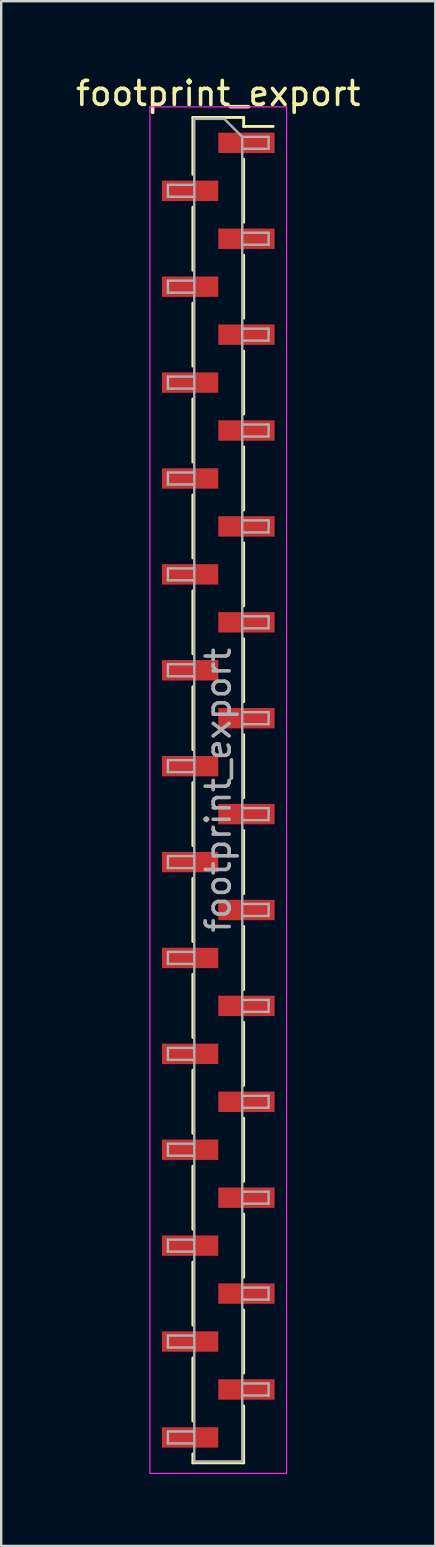
<source format=kicad_pcb>
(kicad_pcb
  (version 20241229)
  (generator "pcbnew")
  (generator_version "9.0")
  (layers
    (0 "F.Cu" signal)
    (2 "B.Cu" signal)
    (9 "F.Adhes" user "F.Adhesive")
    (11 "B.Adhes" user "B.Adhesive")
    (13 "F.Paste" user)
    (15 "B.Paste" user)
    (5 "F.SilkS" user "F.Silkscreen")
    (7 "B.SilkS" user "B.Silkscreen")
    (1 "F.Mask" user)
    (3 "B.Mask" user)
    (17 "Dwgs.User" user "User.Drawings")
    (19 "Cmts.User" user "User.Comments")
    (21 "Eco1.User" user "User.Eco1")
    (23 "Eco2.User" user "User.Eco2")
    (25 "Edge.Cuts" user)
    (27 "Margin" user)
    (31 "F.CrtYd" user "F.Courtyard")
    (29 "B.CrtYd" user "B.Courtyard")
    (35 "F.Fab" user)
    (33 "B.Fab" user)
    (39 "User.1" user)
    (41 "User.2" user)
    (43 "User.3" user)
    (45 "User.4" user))
  (footprint "footprint_export"
    (layer "F.Cu")
    (at 6.054 29.908)
    (property "Reference" "footprint_export" (at 0 -29.06 0) (layer "F.SilkS") (effects (font (size 1 1) (thickness 0.15))))
    (attr smd)
    (fp_line (start -1.06 -28.06) (end -1.06 -25.685) (stroke (width 0.12) (type solid)) (layer "F.SilkS"))
    (fp_line (start -1.06 -28.06) (end 1.06 -28.06) (stroke (width 0.12) (type solid)) (layer "F.SilkS"))
    (fp_line (start -1.06 -24.315) (end -1.06 -21.685) (stroke (width 0.12) (type solid)) (layer "F.SilkS"))
    (fp_line (start -1.06 -20.315) (end -1.06 -17.685) (stroke (width 0.12) (type solid)) (layer "F.SilkS"))
    (fp_line (start -1.06 -16.315) (end -1.06 -13.685) (stroke (width 0.12) (type solid)) (layer "F.SilkS"))
    (fp_line (start -1.06 -12.315) (end -1.06 -9.685) (stroke (width 0.12) (type solid)) (layer "F.SilkS"))
    (fp_line (start -1.06 -8.315) (end -1.06 -5.685) (stroke (width 0.12) (type solid)) (layer "F.SilkS"))
    (fp_line (start -1.06 -4.315) (end -1.06 -1.685) (stroke (width 0.12) (type solid)) (layer "F.SilkS"))
    (fp_line (start -1.06 -0.315) (end -1.06 2.315) (stroke (width 0.12) (type solid)) (layer "F.SilkS"))
    (fp_line (start -1.06 3.685) (end -1.06 6.315) (stroke (width 0.12) (type solid)) (layer "F.SilkS"))
    (fp_line (start -1.06 7.685) (end -1.06 10.315) (stroke (width 0.12) (type solid)) (layer "F.SilkS"))
    (fp_line (start -1.06 11.685) (end -1.06 14.315) (stroke (width 0.12) (type solid)) (layer "F.SilkS"))
    (fp_line (start -1.06 15.685) (end -1.06 18.315) (stroke (width 0.12) (type solid)) (layer "F.SilkS"))
    (fp_line (start -1.06 19.685) (end -1.06 22.315) (stroke (width 0.12) (type solid)) (layer "F.SilkS"))
    (fp_line (start -1.06 23.685) (end -1.06 26.315) (stroke (width 0.12) (type solid)) (layer "F.SilkS"))
    (fp_line (start -1.06 27.685) (end -1.06 28.06) (stroke (width 0.12) (type solid)) (layer "F.SilkS"))
    (fp_line (start -1.06 28.06) (end 1.06 28.06) (stroke (width 0.12) (type solid)) (layer "F.SilkS"))
    (fp_line (start 1.06 -28.06) (end 1.06 -27.685) (stroke (width 0.12) (type solid)) (layer "F.SilkS"))
    (fp_line (start 1.06 -27.685) (end 2.29 -27.685) (stroke (width 0.12) (type solid)) (layer "F.SilkS"))
    (fp_line (start 1.06 -26.315) (end 1.06 -23.685) (stroke (width 0.12) (type solid)) (layer "F.SilkS"))
    (fp_line (start 1.06 -22.315) (end 1.06 -19.685) (stroke (width 0.12) (type solid)) (layer "F.SilkS"))
    (fp_line (start 1.06 -18.315) (end 1.06 -15.685) (stroke (width 0.12) (type solid)) (layer "F.SilkS"))
    (fp_line (start 1.06 -14.315) (end 1.06 -11.685) (stroke (width 0.12) (type solid)) (layer "F.SilkS"))
    (fp_line (start 1.06 -10.315) (end 1.06 -7.685) (stroke (width 0.12) (type solid)) (layer "F.SilkS"))
    (fp_line (start 1.06 -6.315) (end 1.06 -3.685) (stroke (width 0.12) (type solid)) (layer "F.SilkS"))
    (fp_line (start 1.06 -2.315) (end 1.06 0.315) (stroke (width 0.12) (type solid)) (layer "F.SilkS"))
    (fp_line (start 1.06 1.685) (end 1.06 4.315) (stroke (width 0.12) (type solid)) (layer "F.SilkS"))
    (fp_line (start 1.06 5.685) (end 1.06 8.315) (stroke (width 0.12) (type solid)) (layer "F.SilkS"))
    (fp_line (start 1.06 9.685) (end 1.06 12.315) (stroke (width 0.12) (type solid)) (layer "F.SilkS"))
    (fp_line (start 1.06 13.685) (end 1.06 16.315) (stroke (width 0.12) (type solid)) (layer "F.SilkS"))
    (fp_line (start 1.06 17.685) (end 1.06 20.315) (stroke (width 0.12) (type solid)) (layer "F.SilkS"))
    (fp_line (start 1.06 21.685) (end 1.06 24.315) (stroke (width 0.12) (type solid)) (layer "F.SilkS"))
    (fp_line (start 1.06 25.685) (end 1.06 28.06) (stroke (width 0.12) (type solid)) (layer "F.SilkS"))
    (fp_line (start -2.85 -28.5) (end -2.85 28.5) (stroke (width 0.05) (type solid)) (layer "F.CrtYd"))
    (fp_line (start -2.85 28.5) (end 2.85 28.5) (stroke (width 0.05) (type solid)) (layer "F.CrtYd"))
    (fp_line (start 2.85 -28.5) (end -2.85 -28.5) (stroke (width 0.05) (type solid)) (layer "F.CrtYd"))
    (fp_line (start 2.85 28.5) (end 2.85 -28.5) (stroke (width 0.05) (type solid)) (layer "F.CrtYd"))
    (fp_line (start -2.1 -25.25) (end -2.1 -24.75) (stroke (width 0.1) (type solid)) (layer "F.Fab"))
    (fp_line (start -2.1 -24.75) (end -1 -24.75) (stroke (width 0.1) (type solid)) (layer "F.Fab"))
    (fp_line (start -2.1 -21.25) (end -2.1 -20.75) (stroke (width 0.1) (type solid)) (layer "F.Fab"))
    (fp_line (start -2.1 -20.75) (end -1 -20.75) (stroke (width 0.1) (type solid)) (layer "F.Fab"))
    (fp_line (start -2.1 -17.25) (end -2.1 -16.75) (stroke (width 0.1) (type solid)) (layer "F.Fab"))
    (fp_line (start -2.1 -16.75) (end -1 -16.75) (stroke (width 0.1) (type solid)) (layer "F.Fab"))
    (fp_line (start -2.1 -13.25) (end -2.1 -12.75) (stroke (width 0.1) (type solid)) (layer "F.Fab"))
    (fp_line (start -2.1 -12.75) (end -1 -12.75) (stroke (width 0.1) (type solid)) (layer "F.Fab"))
    (fp_line (start -2.1 -9.25) (end -2.1 -8.75) (stroke (width 0.1) (type solid)) (layer "F.Fab"))
    (fp_line (start -2.1 -8.75) (end -1 -8.75) (stroke (width 0.1) (type solid)) (layer "F.Fab"))
    (fp_line (start -2.1 -5.25) (end -2.1 -4.75) (stroke (width 0.1) (type solid)) (layer "F.Fab"))
    (fp_line (start -2.1 -4.75) (end -1 -4.75) (stroke (width 0.1) (type solid)) (layer "F.Fab"))
    (fp_line (start -2.1 -1.25) (end -2.1 -0.75) (stroke (width 0.1) (type solid)) (layer "F.Fab"))
    (fp_line (start -2.1 -0.75) (end -1 -0.75) (stroke (width 0.1) (type solid)) (layer "F.Fab"))
    (fp_line (start -2.1 2.75) (end -2.1 3.25) (stroke (width 0.1) (type solid)) (layer "F.Fab"))
    (fp_line (start -2.1 3.25) (end -1 3.25) (stroke (width 0.1) (type solid)) (layer "F.Fab"))
    (fp_line (start -2.1 6.75) (end -2.1 7.25) (stroke (width 0.1) (type solid)) (layer "F.Fab"))
    (fp_line (start -2.1 7.25) (end -1 7.25) (stroke (width 0.1) (type solid)) (layer "F.Fab"))
    (fp_line (start -2.1 10.75) (end -2.1 11.25) (stroke (width 0.1) (type solid)) (layer "F.Fab"))
    (fp_line (start -2.1 11.25) (end -1 11.25) (stroke (width 0.1) (type solid)) (layer "F.Fab"))
    (fp_line (start -2.1 14.75) (end -2.1 15.25) (stroke (width 0.1) (type solid)) (layer "F.Fab"))
    (fp_line (start -2.1 15.25) (end -1 15.25) (stroke (width 0.1) (type solid)) (layer "F.Fab"))
    (fp_line (start -2.1 18.75) (end -2.1 19.25) (stroke (width 0.1) (type solid)) (layer "F.Fab"))
    (fp_line (start -2.1 19.25) (end -1 19.25) (stroke (width 0.1) (type solid)) (layer "F.Fab"))
    (fp_line (start -2.1 22.75) (end -2.1 23.25) (stroke (width 0.1) (type solid)) (layer "F.Fab"))
    (fp_line (start -2.1 23.25) (end -1 23.25) (stroke (width 0.1) (type solid)) (layer "F.Fab"))
    (fp_line (start -2.1 26.75) (end -2.1 27.25) (stroke (width 0.1) (type solid)) (layer "F.Fab"))
    (fp_line (start -2.1 27.25) (end -1 27.25) (stroke (width 0.1) (type solid)) (layer "F.Fab"))
    (fp_line (start -1 -28) (end -1 28) (stroke (width 0.1) (type solid)) (layer "F.Fab"))
    (fp_line (start -1 -28) (end 0.25 -28) (stroke (width 0.1) (type solid)) (layer "F.Fab"))
    (fp_line (start -1 -25.25) (end -2.1 -25.25) (stroke (width 0.1) (type solid)) (layer "F.Fab"))
    (fp_line (start -1 -21.25) (end -2.1 -21.25) (stroke (width 0.1) (type solid)) (layer "F.Fab"))
    (fp_line (start -1 -17.25) (end -2.1 -17.25) (stroke (width 0.1) (type solid)) (layer "F.Fab"))
    (fp_line (start -1 -13.25) (end -2.1 -13.25) (stroke (width 0.1) (type solid)) (layer "F.Fab"))
    (fp_line (start -1 -9.25) (end -2.1 -9.25) (stroke (width 0.1) (type solid)) (layer "F.Fab"))
    (fp_line (start -1 -5.25) (end -2.1 -5.25) (stroke (width 0.1) (type solid)) (layer "F.Fab"))
    (fp_line (start -1 -1.25) (end -2.1 -1.25) (stroke (width 0.1) (type solid)) (layer "F.Fab"))
    (fp_line (start -1 2.75) (end -2.1 2.75) (stroke (width 0.1) (type solid)) (layer "F.Fab"))
    (fp_line (start -1 6.75) (end -2.1 6.75) (stroke (width 0.1) (type solid)) (layer "F.Fab"))
    (fp_line (start -1 10.75) (end -2.1 10.75) (stroke (width 0.1) (type solid)) (layer "F.Fab"))
    (fp_line (start -1 14.75) (end -2.1 14.75) (stroke (width 0.1) (type solid)) (layer "F.Fab"))
    (fp_line (start -1 18.75) (end -2.1 18.75) (stroke (width 0.1) (type solid)) (layer "F.Fab"))
    (fp_line (start -1 22.75) (end -2.1 22.75) (stroke (width 0.1) (type solid)) (layer "F.Fab"))
    (fp_line (start -1 26.75) (end -2.1 26.75) (stroke (width 0.1) (type solid)) (layer "F.Fab"))
    (fp_line (start 1 -27.25) (end 0.25 -28) (stroke (width 0.1) (type solid)) (layer "F.Fab"))
    (fp_line (start 1 -27.25) (end 2.1 -27.25) (stroke (width 0.1) (type solid)) (layer "F.Fab"))
    (fp_line (start 1 -23.25) (end 2.1 -23.25) (stroke (width 0.1) (type solid)) (layer "F.Fab"))
    (fp_line (start 1 -19.25) (end 2.1 -19.25) (stroke (width 0.1) (type solid)) (layer "F.Fab"))
    (fp_line (start 1 -15.25) (end 2.1 -15.25) (stroke (width 0.1) (type solid)) (layer "F.Fab"))
    (fp_line (start 1 -11.25) (end 2.1 -11.25) (stroke (width 0.1) (type solid)) (layer "F.Fab"))
    (fp_line (start 1 -7.25) (end 2.1 -7.25) (stroke (width 0.1) (type solid)) (layer "F.Fab"))
    (fp_line (start 1 -3.25) (end 2.1 -3.25) (stroke (width 0.1) (type solid)) (layer "F.Fab"))
    (fp_line (start 1 0.75) (end 2.1 0.75) (stroke (width 0.1) (type solid)) (layer "F.Fab"))
    (fp_line (start 1 4.75) (end 2.1 4.75) (stroke (width 0.1) (type solid)) (layer "F.Fab"))
    (fp_line (start 1 8.75) (end 2.1 8.75) (stroke (width 0.1) (type solid)) (layer "F.Fab"))
    (fp_line (start 1 12.75) (end 2.1 12.75) (stroke (width 0.1) (type solid)) (layer "F.Fab"))
    (fp_line (start 1 16.75) (end 2.1 16.75) (stroke (width 0.1) (type solid)) (layer "F.Fab"))
    (fp_line (start 1 20.75) (end 2.1 20.75) (stroke (width 0.1) (type solid)) (layer "F.Fab"))
    (fp_line (start 1 24.75) (end 2.1 24.75) (stroke (width 0.1) (type solid)) (layer "F.Fab"))
    (fp_line (start 1 28) (end -1 28) (stroke (width 0.1) (type solid)) (layer "F.Fab"))
    (fp_line (start 1 28) (end 1 -27.25) (stroke (width 0.1) (type solid)) (layer "F.Fab"))
    (fp_line (start 2.1 -27.25) (end 2.1 -26.75) (stroke (width 0.1) (type solid)) (layer "F.Fab"))
    (fp_line (start 2.1 -26.75) (end 1 -26.75) (stroke (width 0.1) (type solid)) (layer "F.Fab"))
    (fp_line (start 2.1 -23.25) (end 2.1 -22.75) (stroke (width 0.1) (type solid)) (layer "F.Fab"))
    (fp_line (start 2.1 -22.75) (end 1 -22.75) (stroke (width 0.1) (type solid)) (layer "F.Fab"))
    (fp_line (start 2.1 -19.25) (end 2.1 -18.75) (stroke (width 0.1) (type solid)) (layer "F.Fab"))
    (fp_line (start 2.1 -18.75) (end 1 -18.75) (stroke (width 0.1) (type solid)) (layer "F.Fab"))
    (fp_line (start 2.1 -15.25) (end 2.1 -14.75) (stroke (width 0.1) (type solid)) (layer "F.Fab"))
    (fp_line (start 2.1 -14.75) (end 1 -14.75) (stroke (width 0.1) (type solid)) (layer "F.Fab"))
    (fp_line (start 2.1 -11.25) (end 2.1 -10.75) (stroke (width 0.1) (type solid)) (layer "F.Fab"))
    (fp_line (start 2.1 -10.75) (end 1 -10.75) (stroke (width 0.1) (type solid)) (layer "F.Fab"))
    (fp_line (start 2.1 -7.25) (end 2.1 -6.75) (stroke (width 0.1) (type solid)) (layer "F.Fab"))
    (fp_line (start 2.1 -6.75) (end 1 -6.75) (stroke (width 0.1) (type solid)) (layer "F.Fab"))
    (fp_line (start 2.1 -3.25) (end 2.1 -2.75) (stroke (width 0.1) (type solid)) (layer "F.Fab"))
    (fp_line (start 2.1 -2.75) (end 1 -2.75) (stroke (width 0.1) (type solid)) (layer "F.Fab"))
    (fp_line (start 2.1 0.75) (end 2.1 1.25) (stroke (width 0.1) (type solid)) (layer "F.Fab"))
    (fp_line (start 2.1 1.25) (end 1 1.25) (stroke (width 0.1) (type solid)) (layer "F.Fab"))
    (fp_line (start 2.1 4.75) (end 2.1 5.25) (stroke (width 0.1) (type solid)) (layer "F.Fab"))
    (fp_line (start 2.1 5.25) (end 1 5.25) (stroke (width 0.1) (type solid)) (layer "F.Fab"))
    (fp_line (start 2.1 8.75) (end 2.1 9.25) (stroke (width 0.1) (type solid)) (layer "F.Fab"))
    (fp_line (start 2.1 9.25) (end 1 9.25) (stroke (width 0.1) (type solid)) (layer "F.Fab"))
    (fp_line (start 2.1 12.75) (end 2.1 13.25) (stroke (width 0.1) (type solid)) (layer "F.Fab"))
    (fp_line (start 2.1 13.25) (end 1 13.25) (stroke (width 0.1) (type solid)) (layer "F.Fab"))
    (fp_line (start 2.1 16.75) (end 2.1 17.25) (stroke (width 0.1) (type solid)) (layer "F.Fab"))
    (fp_line (start 2.1 17.25) (end 1 17.25) (stroke (width 0.1) (type solid)) (layer "F.Fab"))
    (fp_line (start 2.1 20.75) (end 2.1 21.25) (stroke (width 0.1) (type solid)) (layer "F.Fab"))
    (fp_line (start 2.1 21.25) (end 1 21.25) (stroke (width 0.1) (type solid)) (layer "F.Fab"))
    (fp_line (start 2.1 24.75) (end 2.1 25.25) (stroke (width 0.1) (type solid)) (layer "F.Fab"))
    (fp_line (start 2.1 25.25) (end 1 25.25) (stroke (width 0.1) (type solid)) (layer "F.Fab"))
    (fp_text user "${REFERENCE}" (at 0 0 90) (layer "F.Fab") (effects (font (size 1 1) (thickness 0.15))))
    (pad "1" smd rect (at 1.175 -27) (size 2.35 0.85) (layers "F.Cu" "F.Mask" "F.Paste"))
    (pad "2" smd rect (at -1.175 -25) (size 2.35 0.85) (layers "F.Cu" "F.Mask" "F.Paste"))
    (pad "3" smd rect (at 1.175 -23) (size 2.35 0.85) (layers "F.Cu" "F.Mask" "F.Paste"))
    (pad "4" smd rect (at -1.175 -21) (size 2.35 0.85) (layers "F.Cu" "F.Mask" "F.Paste"))
    (pad "5" smd rect (at 1.175 -19) (size 2.35 0.85) (layers "F.Cu" "F.Mask" "F.Paste"))
    (pad "6" smd rect (at -1.175 -17) (size 2.35 0.85) (layers "F.Cu" "F.Mask" "F.Paste"))
    (pad "7" smd rect (at 1.175 -15) (size 2.35 0.85) (layers "F.Cu" "F.Mask" "F.Paste"))
    (pad "8" smd rect (at -1.175 -13) (size 2.35 0.85) (layers "F.Cu" "F.Mask" "F.Paste"))
    (pad "9" smd rect (at 1.175 -11) (size 2.35 0.85) (layers "F.Cu" "F.Mask" "F.Paste"))
    (pad "10" smd rect (at -1.175 -9) (size 2.35 0.85) (layers "F.Cu" "F.Mask" "F.Paste"))
    (pad "11" smd rect (at 1.175 -7) (size 2.35 0.85) (layers "F.Cu" "F.Mask" "F.Paste"))
    (pad "12" smd rect (at -1.175 -5) (size 2.35 0.85) (layers "F.Cu" "F.Mask" "F.Paste"))
    (pad "13" smd rect (at 1.175 -3) (size 2.35 0.85) (layers "F.Cu" "F.Mask" "F.Paste"))
    (pad "14" smd rect (at -1.175 -1) (size 2.35 0.85) (layers "F.Cu" "F.Mask" "F.Paste"))
    (pad "15" smd rect (at 1.175 1) (size 2.35 0.85) (layers "F.Cu" "F.Mask" "F.Paste"))
    (pad "16" smd rect (at -1.175 3) (size 2.35 0.85) (layers "F.Cu" "F.Mask" "F.Paste"))
    (pad "17" smd rect (at 1.175 5) (size 2.35 0.85) (layers "F.Cu" "F.Mask" "F.Paste"))
    (pad "18" smd rect (at -1.175 7) (size 2.35 0.85) (layers "F.Cu" "F.Mask" "F.Paste"))
    (pad "19" smd rect (at 1.175 9) (size 2.35 0.85) (layers "F.Cu" "F.Mask" "F.Paste"))
    (pad "20" smd rect (at -1.175 11) (size 2.35 0.85) (layers "F.Cu" "F.Mask" "F.Paste"))
    (pad "21" smd rect (at 1.175 13) (size 2.35 0.85) (layers "F.Cu" "F.Mask" "F.Paste"))
    (pad "22" smd rect (at -1.175 15) (size 2.35 0.85) (layers "F.Cu" "F.Mask" "F.Paste"))
    (pad "23" smd rect (at 1.175 17) (size 2.35 0.85) (layers "F.Cu" "F.Mask" "F.Paste"))
    (pad "24" smd rect (at -1.175 19) (size 2.35 0.85) (layers "F.Cu" "F.Mask" "F.Paste"))
    (pad "25" smd rect (at 1.175 21) (size 2.35 0.85) (layers "F.Cu" "F.Mask" "F.Paste"))
    (pad "26" smd rect (at -1.175 23) (size 2.35 0.85) (layers "F.Cu" "F.Mask" "F.Paste"))
    (pad "27" smd rect (at 1.175 25) (size 2.35 0.85) (layers "F.Cu" "F.Mask" "F.Paste"))
    (pad "28" smd rect (at -1.175 27) (size 2.35 0.85) (layers "F.Cu" "F.Mask" "F.Paste")))
  (gr_rect
    (start -3 -3)
    (end 15.107 61.433)
    (stroke (width 0.1) (type default))
    (fill no)
    (layer "Edge.Cuts")))
</source>
